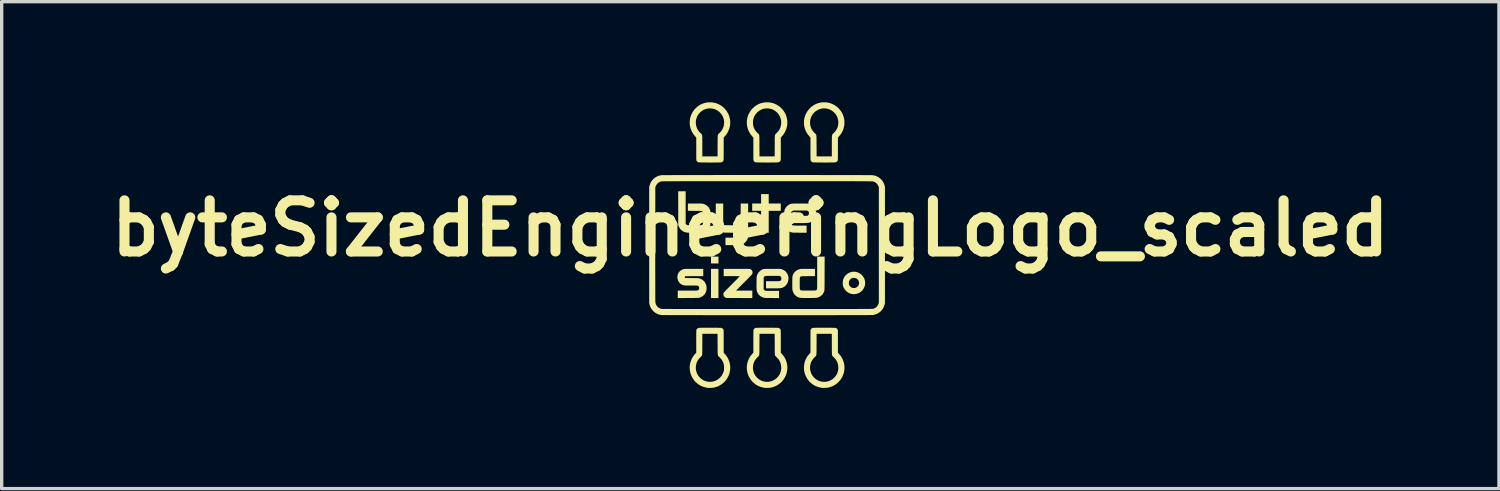
<source format=kicad_pcb>
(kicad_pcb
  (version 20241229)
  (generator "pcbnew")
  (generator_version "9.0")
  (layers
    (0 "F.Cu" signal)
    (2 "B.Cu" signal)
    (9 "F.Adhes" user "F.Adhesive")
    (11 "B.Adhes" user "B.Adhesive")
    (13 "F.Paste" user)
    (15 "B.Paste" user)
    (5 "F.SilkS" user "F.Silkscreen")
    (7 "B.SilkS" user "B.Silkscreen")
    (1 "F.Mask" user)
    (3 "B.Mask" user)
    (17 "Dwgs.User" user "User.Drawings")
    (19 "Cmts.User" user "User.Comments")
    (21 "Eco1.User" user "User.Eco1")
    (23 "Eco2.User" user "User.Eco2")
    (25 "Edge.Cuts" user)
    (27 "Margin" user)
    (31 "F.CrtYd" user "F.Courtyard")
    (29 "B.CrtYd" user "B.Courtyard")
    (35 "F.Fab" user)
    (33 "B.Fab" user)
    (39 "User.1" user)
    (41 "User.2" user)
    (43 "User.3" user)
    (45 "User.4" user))
  (footprint "byteSizedEngineeringLogo_scaled"
    (layer "F.Cu")
    (at 19.811 4.255)
    (property "Reference" "byteSizedEngineeringLogo_scaled" (at -0.5 -0.5 0) (layer "F.SilkS") (effects (font (size 1.524 1.524) (thickness 0.3))))
    (attr board_only exclude_from_pos_files exclude_from_bom)
    (fp_poly (pts (xy -1.449 0.547) (xy -1.671 0.547) (xy -1.671 0.342) (xy -1.449 0.342)) (stroke (width 0) (type solid)) (fill yes) (layer "F.SilkS"))
    (fp_poly (pts (xy -1.449 1.578) (xy -1.671 1.578) (xy -1.671 0.707) (xy -1.449 0.707)) (stroke (width 0) (type solid)) (fill yes) (layer "F.SilkS"))
    (fp_poly (pts (xy 0.049 -1.24) (xy 0.409 -1.24) (xy 0.409 -1.022) (xy 0.049 -1.022) (xy 0.049 -0.369) (xy -0.178 -0.369) (xy -0.178 -1.022) (xy -0.444 -1.022) (xy -0.444 -1.24) (xy -0.178 -1.24) (xy -0.178 -1.52) (xy 0.049 -1.52)) (stroke (width 0) (type solid)) (fill yes) (layer "F.SilkS"))
    (fp_poly (pts (xy -0.565 -0.737) (xy -0.567 -0.233) (xy -0.577 -0.202) (xy -0.592 -0.163) (xy -0.611 -0.13) (xy -0.634 -0.1) (xy -0.647 -0.086) (xy -0.666 -0.068) (xy -0.685 -0.054) (xy -0.706 -0.041) (xy -0.721 -0.034) (xy -0.736 -0.026) (xy -0.75 -0.02) (xy -0.763 -0.015) (xy -0.777 -0.011) (xy -0.792 -0.008) (xy -0.809 -0.005) (xy -0.829 -0.003) (xy -0.853 -0.002) (xy -0.882 -0.001) (xy -0.916 -0.00045) (xy -0.958 -0.000188) (xy -1.007 -0.000092) (xy -1.032 -0.000078) (xy -1.24 0) (xy -1.24 -0.222) (xy -1.034 -0.222) (xy -0.986 -0.222) (xy -0.946 -0.222) (xy -0.913 -0.222) (xy -0.887 -0.223) (xy -0.866 -0.223) (xy -0.85 -0.224) (xy -0.838 -0.225) (xy -0.83 -0.226) (xy -0.823 -0.227) (xy -0.819 -0.229) (xy -0.815 -0.231) (xy -0.815 -0.231) (xy -0.811 -0.233) (xy -0.807 -0.235) (xy -0.803 -0.238) (xy -0.8 -0.241) (xy -0.798 -0.245) (xy -0.795 -0.251) (xy -0.793 -0.26) (xy -0.792 -0.27) (xy -0.79 -0.285) (xy -0.789 -0.302) (xy -0.789 -0.324) (xy -0.788 -0.351) (xy -0.787 -0.382) (xy -0.787 -0.42) (xy -0.787 -0.463) (xy -0.787 -0.513) (xy -0.787 -0.571) (xy -0.787 -0.635) (xy -0.787 -0.708) (xy -0.787 -0.755) (xy -0.787 -1.24) (xy -0.564 -1.24)) (stroke (width 0) (type solid)) (fill yes) (layer "F.SilkS"))
    (fp_poly (pts (xy -1.307 -0.941) (xy -1.307 -0.88) (xy -1.307 -0.828) (xy -1.307 -0.783) (xy -1.306 -0.745) (xy -1.306 -0.713) (xy -1.305 -0.687) (xy -1.304 -0.667) (xy -1.303 -0.65) (xy -1.301 -0.637) (xy -1.299 -0.628) (xy -1.297 -0.62) (xy -1.293 -0.615) (xy -1.289 -0.611) (xy -1.285 -0.607) (xy -1.28 -0.603) (xy -1.279 -0.603) (xy -1.275 -0.6) (xy -1.272 -0.599) (xy -1.267 -0.597) (xy -1.26 -0.596) (xy -1.249 -0.595) (xy -1.236 -0.594) (xy -1.217 -0.594) (xy -1.194 -0.593) (xy -1.164 -0.593) (xy -1.127 -0.593) (xy -1.083 -0.592) (xy -1.06 -0.592) (xy -0.853 -0.591) (xy -0.853 -0.369) (xy -1.054 -0.369) (xy -1.097 -0.37) (xy -1.137 -0.37) (xy -1.174 -0.37) (xy -1.207 -0.371) (xy -1.235 -0.372) (xy -1.256 -0.372) (xy -1.271 -0.373) (xy -1.276 -0.373) (xy -1.329 -0.386) (xy -1.376 -0.406) (xy -1.418 -0.432) (xy -1.455 -0.465) (xy -1.485 -0.504) (xy -1.5 -0.531) (xy -1.506 -0.542) (xy -1.51 -0.552) (xy -1.514 -0.563) (xy -1.517 -0.574) (xy -1.52 -0.586) (xy -1.522 -0.601) (xy -1.524 -0.619) (xy -1.526 -0.64) (xy -1.527 -0.665) (xy -1.528 -0.696) (xy -1.528 -0.731) (xy -1.529 -0.773) (xy -1.529 -0.822) (xy -1.529 -0.879) (xy -1.529 -0.936) (xy -1.529 -1.24) (xy -1.307 -1.24)) (stroke (width 0) (type solid)) (fill yes) (layer "F.SilkS"))
    (fp_poly (pts (xy 2.631 0.795) (xy 2.684 0.807) (xy 2.733 0.826) (xy 2.776 0.852) (xy 2.815 0.883) (xy 2.849 0.919) (xy 2.877 0.96) (xy 2.899 1.004) (xy 2.914 1.05) (xy 2.922 1.099) (xy 2.923 1.149) (xy 2.915 1.199) (xy 2.9 1.249) (xy 2.893 1.265) (xy 2.867 1.312) (xy 2.835 1.354) (xy 2.796 1.39) (xy 2.753 1.419) (xy 2.706 1.441) (xy 2.655 1.455) (xy 2.602 1.462) (xy 2.587 1.462) (xy 2.564 1.461) (xy 2.542 1.459) (xy 2.522 1.456) (xy 2.518 1.456) (xy 2.467 1.44) (xy 2.419 1.416) (xy 2.376 1.386) (xy 2.338 1.35) (xy 2.306 1.309) (xy 2.285 1.271) (xy 2.268 1.23) (xy 2.258 1.19) (xy 2.254 1.147) (xy 2.255 1.123) (xy 2.436 1.123) (xy 2.438 1.156) (xy 2.442 1.176) (xy 2.455 1.205) (xy 2.475 1.231) (xy 2.5 1.253) (xy 2.528 1.27) (xy 2.54 1.274) (xy 2.567 1.279) (xy 2.597 1.279) (xy 2.627 1.275) (xy 2.643 1.271) (xy 2.661 1.262) (xy 2.678 1.251) (xy 2.696 1.233) (xy 2.711 1.218) (xy 2.721 1.205) (xy 2.727 1.192) (xy 2.733 1.174) (xy 2.734 1.173) (xy 2.741 1.138) (xy 2.74 1.105) (xy 2.73 1.072) (xy 2.724 1.059) (xy 2.705 1.03) (xy 2.681 1.006) (xy 2.653 0.989) (xy 2.622 0.979) (xy 2.59 0.975) (xy 2.557 0.978) (xy 2.525 0.988) (xy 2.496 1.005) (xy 2.47 1.029) (xy 2.467 1.032) (xy 2.451 1.058) (xy 2.441 1.089) (xy 2.436 1.123) (xy 2.255 1.123) (xy 2.255 1.113) (xy 2.257 1.077) (xy 2.263 1.046) (xy 2.271 1.018) (xy 2.283 0.989) (xy 2.289 0.977) (xy 2.316 0.932) (xy 2.35 0.892) (xy 2.389 0.858) (xy 2.433 0.831) (xy 2.48 0.81) (xy 2.529 0.797) (xy 2.58 0.792)) (stroke (width 0) (type solid)) (fill yes) (layer "F.SilkS"))
    (fp_poly (pts (xy -0.836 0.707) (xy -0.776 0.707) (xy -0.725 0.707) (xy -0.68 0.707) (xy -0.642 0.707) (xy -0.61 0.707) (xy -0.584 0.707) (xy -0.562 0.708) (xy -0.545 0.708) (xy -0.531 0.709) (xy -0.521 0.71) (xy -0.513 0.711) (xy -0.507 0.712) (xy -0.502 0.713) (xy -0.498 0.714) (xy -0.495 0.716) (xy -0.495 0.716) (xy -0.471 0.732) (xy -0.452 0.754) (xy -0.439 0.779) (xy -0.433 0.807) (xy -0.434 0.835) (xy -0.442 0.862) (xy -0.442 0.863) (xy -0.447 0.869) (xy -0.457 0.88) (xy -0.472 0.896) (xy -0.492 0.917) (xy -0.517 0.943) (xy -0.545 0.972) (xy -0.576 1.004) (xy -0.611 1.039) (xy -0.647 1.075) (xy -0.685 1.114) (xy -0.688 1.117) (xy -0.927 1.356) (xy -0.44 1.356) (xy -0.44 1.578) (xy -0.823 1.577) (xy -0.883 1.577) (xy -0.94 1.577) (xy -0.993 1.577) (xy -1.043 1.576) (xy -1.088 1.576) (xy -1.127 1.576) (xy -1.16 1.575) (xy -1.187 1.575) (xy -1.206 1.574) (xy -1.218 1.573) (xy -1.221 1.573) (xy -1.247 1.561) (xy -1.27 1.543) (xy -1.287 1.52) (xy -1.298 1.493) (xy -1.303 1.465) (xy -1.3 1.437) (xy -1.295 1.423) (xy -1.291 1.417) (xy -1.282 1.406) (xy -1.267 1.389) (xy -1.246 1.367) (xy -1.22 1.34) (xy -1.188 1.307) (xy -1.15 1.269) (xy -1.106 1.224) (xy -1.056 1.174) (xy -1.051 1.169) (xy -1.013 1.131) (xy -0.977 1.094) (xy -0.943 1.06) (xy -0.912 1.029) (xy -0.884 1.001) (xy -0.861 0.977) (xy -0.841 0.957) (xy -0.826 0.942) (xy -0.817 0.932) (xy -0.813 0.928) (xy -0.813 0.928) (xy -0.818 0.927) (xy -0.83 0.927) (xy -0.85 0.926) (xy -0.876 0.926) (xy -0.908 0.925) (xy -0.944 0.925) (xy -0.985 0.925) (xy -1.029 0.924) (xy -1.053 0.924) (xy -1.293 0.924) (xy -1.293 0.707) (xy -0.904 0.707)) (stroke (width 0) (type solid)) (fill yes) (layer "F.SilkS"))
    (fp_poly (pts (xy -1.902 0.924) (xy -2.163 0.925) (xy -2.211 0.925) (xy -2.256 0.925) (xy -2.298 0.926) (xy -2.336 0.926) (xy -2.369 0.926) (xy -2.396 0.927) (xy -2.417 0.927) (xy -2.431 0.928) (xy -2.436 0.928) (xy -2.446 0.936) (xy -2.452 0.948) (xy -2.452 0.963) (xy -2.451 0.968) (xy -2.446 0.98) (xy -2.244 0.983) (xy -2.195 0.983) (xy -2.154 0.984) (xy -2.12 0.985) (xy -2.092 0.985) (xy -2.07 0.986) (xy -2.052 0.987) (xy -2.038 0.989) (xy -2.028 0.99) (xy -2.019 0.992) (xy -2.016 0.993) (xy -1.969 1.01) (xy -1.927 1.034) (xy -1.89 1.064) (xy -1.859 1.1) (xy -1.837 1.138) (xy -1.82 1.176) (xy -1.81 1.212) (xy -1.804 1.248) (xy -1.803 1.284) (xy -1.805 1.325) (xy -1.811 1.36) (xy -1.822 1.394) (xy -1.834 1.422) (xy -1.855 1.457) (xy -1.883 1.489) (xy -1.917 1.517) (xy -1.953 1.54) (xy -1.956 1.541) (xy -1.968 1.547) (xy -1.98 1.553) (xy -1.99 1.558) (xy -2.001 1.562) (xy -2.012 1.565) (xy -2.024 1.568) (xy -2.039 1.57) (xy -2.056 1.572) (xy -2.076 1.573) (xy -2.101 1.574) (xy -2.131 1.575) (xy -2.166 1.575) (xy -2.207 1.576) (xy -2.256 1.576) (xy -2.312 1.576) (xy -2.354 1.577) (xy -2.662 1.578) (xy -2.662 1.356) (xy -2.37 1.355) (xy -2.312 1.355) (xy -2.262 1.355) (xy -2.219 1.355) (xy -2.184 1.355) (xy -2.154 1.355) (xy -2.13 1.354) (xy -2.111 1.354) (xy -2.096 1.353) (xy -2.085 1.353) (xy -2.076 1.352) (xy -2.07 1.35) (xy -2.065 1.349) (xy -2.06 1.347) (xy -2.059 1.347) (xy -2.042 1.335) (xy -2.03 1.317) (xy -2.024 1.297) (xy -2.023 1.275) (xy -2.027 1.253) (xy -2.036 1.234) (xy -2.05 1.218) (xy -2.062 1.212) (xy -2.068 1.21) (xy -2.075 1.208) (xy -2.085 1.207) (xy -2.098 1.206) (xy -2.115 1.206) (xy -2.138 1.205) (xy -2.166 1.205) (xy -2.201 1.205) (xy -2.244 1.204) (xy -2.268 1.204) (xy -2.315 1.204) (xy -2.353 1.204) (xy -2.385 1.204) (xy -2.41 1.204) (xy -2.43 1.203) (xy -2.447 1.202) (xy -2.46 1.201) (xy -2.47 1.2) (xy -2.48 1.198) (xy -2.489 1.196) (xy -2.491 1.196) (xy -2.533 1.181) (xy -2.571 1.159) (xy -2.603 1.131) (xy -2.629 1.099) (xy -2.65 1.062) (xy -2.664 1.023) (xy -2.672 0.982) (xy -2.673 0.939) (xy -2.667 0.897) (xy -2.653 0.855) (xy -2.631 0.814) (xy -2.63 0.813) (xy -2.602 0.779) (xy -2.568 0.751) (xy -2.527 0.729) (xy -2.489 0.716) (xy -2.482 0.714) (xy -2.475 0.712) (xy -2.467 0.711) (xy -2.458 0.71) (xy -2.446 0.709) (xy -2.431 0.708) (xy -2.413 0.708) (xy -2.391 0.707) (xy -2.363 0.707) (xy -2.329 0.707) (xy -2.289 0.707) (xy -2.241 0.707) (xy -2.185 0.707) (xy -1.902 0.707)) (stroke (width 0) (type solid)) (fill yes) (layer "F.SilkS"))
    (fp_poly (pts (xy -2.427 -0.641) (xy -2.417 -0.627) (xy -2.407 -0.614) (xy -2.395 -0.603) (xy -2.394 -0.603) (xy -2.391 -0.6) (xy -2.387 -0.599) (xy -2.382 -0.597) (xy -2.375 -0.596) (xy -2.366 -0.595) (xy -2.352 -0.594) (xy -2.334 -0.594) (xy -2.311 -0.593) (xy -2.282 -0.593) (xy -2.246 -0.593) (xy -2.202 -0.592) (xy -2.173 -0.592) (xy -2.124 -0.592) (xy -2.084 -0.592) (xy -2.05 -0.592) (xy -2.023 -0.592) (xy -2.002 -0.592) (xy -1.985 -0.593) (xy -1.973 -0.593) (xy -1.963 -0.594) (xy -1.956 -0.595) (xy -1.951 -0.597) (xy -1.946 -0.599) (xy -1.945 -0.599) (xy -1.93 -0.608) (xy -1.92 -0.62) (xy -1.916 -0.628) (xy -1.914 -0.633) (xy -1.912 -0.639) (xy -1.91 -0.645) (xy -1.909 -0.654) (xy -1.908 -0.665) (xy -1.907 -0.68) (xy -1.907 -0.7) (xy -1.907 -0.725) (xy -1.907 -0.758) (xy -1.908 -0.798) (xy -1.908 -0.813) (xy -1.908 -0.855) (xy -1.908 -0.89) (xy -1.909 -0.917) (xy -1.909 -0.939) (xy -1.91 -0.955) (xy -1.911 -0.967) (xy -1.912 -0.975) (xy -1.914 -0.981) (xy -1.915 -0.985) (xy -1.918 -0.989) (xy -1.918 -0.99) (xy -1.929 -1.001) (xy -1.942 -1.01) (xy -1.943 -1.011) (xy -1.947 -1.013) (xy -1.951 -1.015) (xy -1.957 -1.016) (xy -1.965 -1.018) (xy -1.977 -1.019) (xy -1.992 -1.019) (xy -2.012 -1.02) (xy -2.037 -1.02) (xy -2.069 -1.021) (xy -2.108 -1.021) (xy -2.155 -1.021) (xy -2.159 -1.021) (xy -2.36 -1.023) (xy -2.36 -1.24) (xy -2.15 -1.24) (xy -2.1 -1.24) (xy -2.059 -1.24) (xy -2.025 -1.24) (xy -1.997 -1.239) (xy -1.975 -1.239) (xy -1.957 -1.238) (xy -1.943 -1.237) (xy -1.931 -1.236) (xy -1.921 -1.235) (xy -1.913 -1.233) (xy -1.905 -1.231) (xy -1.858 -1.215) (xy -1.814 -1.191) (xy -1.775 -1.162) (xy -1.767 -1.153) (xy -1.74 -1.124) (xy -1.72 -1.092) (xy -1.704 -1.056) (xy -1.697 -1.036) (xy -1.695 -1.027) (xy -1.692 -1.019) (xy -1.691 -1.011) (xy -1.689 -1.002) (xy -1.688 -0.99) (xy -1.688 -0.975) (xy -1.687 -0.955) (xy -1.687 -0.931) (xy -1.687 -0.901) (xy -1.687 -0.864) (xy -1.687 -0.819) (xy -1.687 -0.811) (xy -1.687 -0.762) (xy -1.687 -0.72) (xy -1.687 -0.685) (xy -1.688 -0.656) (xy -1.689 -0.633) (xy -1.691 -0.613) (xy -1.693 -0.596) (xy -1.697 -0.582) (xy -1.701 -0.568) (xy -1.706 -0.555) (xy -1.713 -0.541) (xy -1.72 -0.526) (xy -1.745 -0.484) (xy -1.777 -0.448) (xy -1.816 -0.417) (xy -1.86 -0.394) (xy -1.887 -0.383) (xy -1.922 -0.371) (xy -2.149 -0.371) (xy -2.194 -0.37) (xy -2.236 -0.37) (xy -2.276 -0.371) (xy -2.312 -0.371) (xy -2.342 -0.371) (xy -2.367 -0.372) (xy -2.385 -0.372) (xy -2.395 -0.373) (xy -2.396 -0.373) (xy -2.45 -0.387) (xy -2.498 -0.407) (xy -2.54 -0.435) (xy -2.561 -0.453) (xy -2.589 -0.482) (xy -2.61 -0.514) (xy -2.628 -0.55) (xy -2.634 -0.567) (xy -2.647 -0.602) (xy -2.648 -1.103) (xy -2.649 -1.604) (xy -2.427 -1.604)) (stroke (width 0) (type solid)) (fill yes) (layer "F.SilkS"))
    (fp_poly (pts (xy 1.032 -1.24) (xy 1.075 -1.24) (xy 1.112 -1.24) (xy 1.142 -1.239) (xy 1.166 -1.239) (xy 1.186 -1.238) (xy 1.201 -1.238) (xy 1.214 -1.237) (xy 1.224 -1.235) (xy 1.233 -1.234) (xy 1.241 -1.232) (xy 1.244 -1.231) (xy 1.29 -1.216) (xy 1.329 -1.196) (xy 1.365 -1.169) (xy 1.378 -1.156) (xy 1.41 -1.118) (xy 1.435 -1.076) (xy 1.451 -1.031) (xy 1.46 -0.983) (xy 1.46 -0.933) (xy 1.453 -0.882) (xy 1.442 -0.848) (xy 1.423 -0.804) (xy 1.397 -0.765) (xy 1.364 -0.73) (xy 1.327 -0.702) (xy 1.286 -0.68) (xy 1.274 -0.676) (xy 1.261 -0.672) (xy 1.247 -0.668) (xy 1.232 -0.665) (xy 1.214 -0.663) (xy 1.192 -0.661) (xy 1.167 -0.66) (xy 1.136 -0.659) (xy 1.1 -0.658) (xy 1.056 -0.658) (xy 1.005 -0.658) (xy 0.986 -0.658) (xy 0.791 -0.658) (xy 0.791 -0.871) (xy 0.991 -0.871) (xy 1.041 -0.871) (xy 1.083 -0.871) (xy 1.117 -0.871) (xy 1.145 -0.872) (xy 1.168 -0.873) (xy 1.185 -0.874) (xy 1.199 -0.876) (xy 1.209 -0.879) (xy 1.216 -0.882) (xy 1.222 -0.887) (xy 1.227 -0.892) (xy 1.232 -0.898) (xy 1.234 -0.9) (xy 1.24 -0.91) (xy 1.244 -0.919) (xy 1.246 -0.93) (xy 1.247 -0.947) (xy 1.247 -0.952) (xy 1.245 -0.975) (xy 1.241 -0.993) (xy 1.231 -1.006) (xy 1.216 -1.017) (xy 1.209 -1.021) (xy 1.204 -1.023) (xy 1.199 -1.025) (xy 1.194 -1.027) (xy 1.186 -1.028) (xy 1.177 -1.029) (xy 1.163 -1.03) (xy 1.146 -1.03) (xy 1.124 -1.031) (xy 1.096 -1.031) (xy 1.061 -1.031) (xy 1.018 -1.031) (xy 0.985 -1.031) (xy 0.936 -1.031) (xy 0.896 -1.031) (xy 0.863 -1.031) (xy 0.837 -1.03) (xy 0.816 -1.03) (xy 0.799 -1.029) (xy 0.787 -1.028) (xy 0.778 -1.027) (xy 0.771 -1.026) (xy 0.766 -1.024) (xy 0.762 -1.023) (xy 0.748 -1.014) (xy 0.735 -1.002) (xy 0.733 -0.999) (xy 0.722 -0.984) (xy 0.721 -0.809) (xy 0.72 -0.633) (xy 0.73 -0.618) (xy 0.74 -0.606) (xy 0.754 -0.595) (xy 0.76 -0.592) (xy 0.765 -0.59) (xy 0.77 -0.588) (xy 0.775 -0.586) (xy 0.783 -0.585) (xy 0.793 -0.584) (xy 0.806 -0.583) (xy 0.824 -0.583) (xy 0.847 -0.583) (xy 0.875 -0.582) (xy 0.911 -0.582) (xy 0.954 -0.582) (xy 1.178 -0.582) (xy 1.178 -0.369) (xy 0.979 -0.369) (xy 0.937 -0.37) (xy 0.897 -0.37) (xy 0.86 -0.37) (xy 0.827 -0.371) (xy 0.799 -0.371) (xy 0.777 -0.372) (xy 0.763 -0.373) (xy 0.758 -0.373) (xy 0.707 -0.385) (xy 0.661 -0.403) (xy 0.62 -0.429) (xy 0.584 -0.46) (xy 0.555 -0.497) (xy 0.532 -0.538) (xy 0.516 -0.584) (xy 0.513 -0.599) (xy 0.511 -0.61) (xy 0.51 -0.622) (xy 0.509 -0.637) (xy 0.508 -0.656) (xy 0.507 -0.678) (xy 0.507 -0.707) (xy 0.507 -0.741) (xy 0.508 -0.783) (xy 0.508 -0.819) (xy 0.508 -0.867) (xy 0.509 -0.907) (xy 0.509 -0.94) (xy 0.51 -0.967) (xy 0.512 -0.99) (xy 0.514 -1.008) (xy 0.516 -1.024) (xy 0.52 -1.038) (xy 0.524 -1.051) (xy 0.529 -1.064) (xy 0.536 -1.078) (xy 0.541 -1.089) (xy 0.558 -1.118) (xy 0.581 -1.147) (xy 0.609 -1.174) (xy 0.638 -1.197) (xy 0.66 -1.21) (xy 0.673 -1.216) (xy 0.684 -1.222) (xy 0.695 -1.226) (xy 0.707 -1.23) (xy 0.72 -1.233) (xy 0.735 -1.235) (xy 0.754 -1.237) (xy 0.776 -1.238) (xy 0.804 -1.239) (xy 0.837 -1.239) (xy 0.876 -1.24) (xy 0.922 -1.24) (xy 0.977 -1.24) (xy 0.98 -1.24)) (stroke (width 0) (type solid)) (fill yes) (layer "F.SilkS"))
    (fp_poly (pts (xy 0.209 0.707) (xy 0.253 0.707) (xy 0.29 0.707) (xy 0.32 0.707) (xy 0.344 0.708) (xy 0.363 0.708) (xy 0.379 0.709) (xy 0.392 0.71) (xy 0.402 0.711) (xy 0.41 0.713) (xy 0.418 0.714) (xy 0.422 0.715) (xy 0.467 0.73) (xy 0.507 0.751) (xy 0.543 0.778) (xy 0.556 0.791) (xy 0.588 0.829) (xy 0.612 0.871) (xy 0.629 0.916) (xy 0.638 0.964) (xy 0.638 1.014) (xy 0.63 1.064) (xy 0.62 1.099) (xy 0.601 1.142) (xy 0.574 1.182) (xy 0.542 1.217) (xy 0.505 1.245) (xy 0.464 1.266) (xy 0.451 1.271) (xy 0.438 1.275) (xy 0.425 1.279) (xy 0.409 1.281) (xy 0.391 1.284) (xy 0.37 1.285) (xy 0.345 1.287) (xy 0.314 1.288) (xy 0.277 1.288) (xy 0.234 1.289) (xy 0.183 1.289) (xy 0.164 1.289) (xy -0.031 1.289) (xy -0.031 1.076) (xy 0.169 1.076) (xy 0.219 1.076) (xy 0.261 1.075) (xy 0.295 1.075) (xy 0.323 1.075) (xy 0.346 1.074) (xy 0.363 1.072) (xy 0.376 1.07) (xy 0.386 1.068) (xy 0.394 1.064) (xy 0.4 1.06) (xy 0.405 1.055) (xy 0.41 1.049) (xy 0.412 1.046) (xy 0.418 1.037) (xy 0.422 1.028) (xy 0.424 1.016) (xy 0.424 1) (xy 0.424 0.995) (xy 0.423 0.971) (xy 0.418 0.954) (xy 0.409 0.941) (xy 0.394 0.93) (xy 0.387 0.926) (xy 0.382 0.923) (xy 0.377 0.921) (xy 0.371 0.92) (xy 0.364 0.918) (xy 0.354 0.917) (xy 0.341 0.917) (xy 0.324 0.916) (xy 0.302 0.916) (xy 0.273 0.916) (xy 0.239 0.916) (xy 0.196 0.916) (xy 0.162 0.916) (xy 0.114 0.916) (xy 0.074 0.916) (xy 0.041 0.916) (xy 0.014 0.916) (xy -0.007 0.917) (xy -0.023 0.917) (xy -0.035 0.918) (xy -0.044 0.919) (xy -0.051 0.921) (xy -0.056 0.922) (xy -0.06 0.924) (xy -0.075 0.933) (xy -0.087 0.944) (xy -0.089 0.947) (xy -0.1 0.962) (xy -0.101 1.138) (xy -0.103 1.314) (xy -0.092 1.329) (xy -0.082 1.341) (xy -0.068 1.351) (xy -0.062 1.354) (xy -0.058 1.357) (xy -0.053 1.359) (xy -0.047 1.36) (xy -0.039 1.362) (xy -0.029 1.363) (xy -0.016 1.363) (xy 0.002 1.364) (xy 0.024 1.364) (xy 0.053 1.364) (xy 0.089 1.364) (xy 0.132 1.364) (xy 0.156 1.364) (xy 0.356 1.364) (xy 0.356 1.578) (xy 0.154 1.577) (xy 0.112 1.577) (xy 0.072 1.577) (xy 0.035 1.576) (xy 0.002 1.576) (xy -0.026 1.575) (xy -0.047 1.574) (xy -0.062 1.574) (xy -0.067 1.573) (xy -0.119 1.56) (xy -0.166 1.541) (xy -0.208 1.514) (xy -0.243 1.481) (xy -0.273 1.441) (xy -0.29 1.411) (xy -0.296 1.397) (xy -0.301 1.384) (xy -0.305 1.369) (xy -0.308 1.354) (xy -0.311 1.335) (xy -0.313 1.314) (xy -0.314 1.287) (xy -0.315 1.256) (xy -0.315 1.218) (xy -0.315 1.174) (xy -0.314 1.128) (xy -0.314 1.08) (xy -0.313 1.04) (xy -0.313 1.007) (xy -0.312 0.979) (xy -0.31 0.957) (xy -0.308 0.938) (xy -0.306 0.923) (xy -0.302 0.909) (xy -0.298 0.896) (xy -0.293 0.883) (xy -0.286 0.868) (xy -0.281 0.858) (xy -0.264 0.829) (xy -0.241 0.8) (xy -0.213 0.773) (xy -0.184 0.75) (xy -0.162 0.737) (xy -0.15 0.73) (xy -0.138 0.725) (xy -0.127 0.721) (xy -0.116 0.717) (xy -0.102 0.714) (xy -0.087 0.712) (xy -0.068 0.71) (xy -0.046 0.709) (xy -0.019 0.708) (xy 0.014 0.707) (xy 0.054 0.707) (xy 0.1 0.707) (xy 0.154 0.707) (xy 0.158 0.707)) (stroke (width 0) (type solid)) (fill yes) (layer "F.SilkS"))
    (fp_poly (pts (xy 1.714 0.841) (xy 1.714 0.92) (xy 1.714 0.99) (xy 1.714 1.052) (xy 1.714 1.107) (xy 1.713 1.155) (xy 1.713 1.197) (xy 1.713 1.233) (xy 1.712 1.264) (xy 1.711 1.29) (xy 1.71 1.312) (xy 1.709 1.331) (xy 1.708 1.346) (xy 1.706 1.359) (xy 1.704 1.369) (xy 1.701 1.379) (xy 1.698 1.387) (xy 1.695 1.395) (xy 1.692 1.402) (xy 1.687 1.411) (xy 1.683 1.42) (xy 1.682 1.421) (xy 1.662 1.456) (xy 1.634 1.488) (xy 1.601 1.516) (xy 1.565 1.539) (xy 1.56 1.541) (xy 1.545 1.548) (xy 1.532 1.555) (xy 1.52 1.56) (xy 1.507 1.564) (xy 1.494 1.567) (xy 1.48 1.57) (xy 1.463 1.572) (xy 1.442 1.573) (xy 1.417 1.574) (xy 1.387 1.575) (xy 1.35 1.575) (xy 1.307 1.576) (xy 1.256 1.576) (xy 1.244 1.576) (xy 1.2 1.576) (xy 1.157 1.576) (xy 1.118 1.576) (xy 1.082 1.576) (xy 1.051 1.575) (xy 1.027 1.575) (xy 1.009 1.574) (xy 0.999 1.574) (xy 0.998 1.573) (xy 0.966 1.567) (xy 0.938 1.558) (xy 0.909 1.545) (xy 0.902 1.542) (xy 0.863 1.516) (xy 0.828 1.484) (xy 0.799 1.445) (xy 0.776 1.401) (xy 0.76 1.352) (xy 0.76 1.35) (xy 0.758 1.34) (xy 0.756 1.33) (xy 0.754 1.319) (xy 0.753 1.306) (xy 0.752 1.289) (xy 0.752 1.269) (xy 0.751 1.243) (xy 0.751 1.212) (xy 0.751 1.173) (xy 0.751 1.139) (xy 0.751 1.092) (xy 0.751 1.053) (xy 0.752 1.021) (xy 0.752 0.996) (xy 0.753 0.975) (xy 0.754 0.958) (xy 0.756 0.945) (xy 0.757 0.934) (xy 0.758 0.93) (xy 0.772 0.884) (xy 0.794 0.841) (xy 0.822 0.803) (xy 0.857 0.771) (xy 0.898 0.744) (xy 0.943 0.724) (xy 0.971 0.716) (xy 0.979 0.713) (xy 0.988 0.712) (xy 0.998 0.71) (xy 1.01 0.709) (xy 1.024 0.708) (xy 1.042 0.708) (xy 1.065 0.707) (xy 1.093 0.707) (xy 1.127 0.707) (xy 1.169 0.707) (xy 1.216 0.707) (xy 1.427 0.707) (xy 1.427 0.924) (xy 1.223 0.925) (xy 1.173 0.926) (xy 1.131 0.926) (xy 1.096 0.927) (xy 1.068 0.927) (xy 1.046 0.928) (xy 1.028 0.93) (xy 1.015 0.932) (xy 1.005 0.935) (xy 0.998 0.938) (xy 0.992 0.942) (xy 0.988 0.948) (xy 0.984 0.954) (xy 0.982 0.957) (xy 0.98 0.961) (xy 0.978 0.966) (xy 0.977 0.972) (xy 0.975 0.981) (xy 0.975 0.993) (xy 0.974 1.01) (xy 0.974 1.032) (xy 0.973 1.06) (xy 0.973 1.095) (xy 0.973 1.138) (xy 0.973 1.14) (xy 0.973 1.183) (xy 0.973 1.219) (xy 0.974 1.247) (xy 0.974 1.269) (xy 0.975 1.286) (xy 0.975 1.299) (xy 0.977 1.308) (xy 0.978 1.314) (xy 0.98 1.319) (xy 0.982 1.323) (xy 0.982 1.323) (xy 0.986 1.33) (xy 0.99 1.335) (xy 0.994 1.34) (xy 0.999 1.344) (xy 1.007 1.347) (xy 1.017 1.349) (xy 1.031 1.351) (xy 1.049 1.352) (xy 1.072 1.353) (xy 1.1 1.353) (xy 1.136 1.353) (xy 1.178 1.353) (xy 1.229 1.353) (xy 1.234 1.353) (xy 1.284 1.353) (xy 1.325 1.353) (xy 1.36 1.353) (xy 1.387 1.353) (xy 1.409 1.353) (xy 1.426 1.352) (xy 1.439 1.351) (xy 1.448 1.35) (xy 1.454 1.349) (xy 1.459 1.348) (xy 1.462 1.346) (xy 1.465 1.344) (xy 1.476 1.334) (xy 1.485 1.321) (xy 1.486 1.32) (xy 1.487 1.317) (xy 1.488 1.313) (xy 1.489 1.308) (xy 1.49 1.301) (xy 1.49 1.291) (xy 1.491 1.279) (xy 1.492 1.263) (xy 1.492 1.243) (xy 1.492 1.219) (xy 1.493 1.19) (xy 1.493 1.155) (xy 1.493 1.115) (xy 1.493 1.068) (xy 1.493 1.013) (xy 1.493 0.952) (xy 1.493 0.882) (xy 1.493 0.823) (xy 1.493 0.342) (xy 1.716 0.342)) (stroke (width 0) (type solid)) (fill yes) (layer "F.SilkS"))
    (fp_poly (pts (xy -1.675 -4.255) (xy -1.638 -4.253) (xy -1.606 -4.25) (xy -1.59 -4.247) (xy -1.519 -4.229) (xy -1.451 -4.202) (xy -1.388 -4.169) (xy -1.329 -4.128) (xy -1.276 -4.08) (xy -1.228 -4.027) (xy -1.187 -3.967) (xy -1.152 -3.903) (xy -1.146 -3.889) (xy -1.122 -3.822) (xy -1.106 -3.753) (xy -1.098 -3.683) (xy -1.099 -3.613) (xy -1.108 -3.544) (xy -1.125 -3.476) (xy -1.15 -3.41) (xy -1.182 -3.346) (xy -1.223 -3.286) (xy -1.266 -3.235) (xy -1.293 -3.206) (xy -1.293 -2.869) (xy -1.293 -2.807) (xy -1.293 -2.752) (xy -1.293 -2.705) (xy -1.294 -2.666) (xy -1.294 -2.632) (xy -1.294 -2.605) (xy -1.294 -2.582) (xy -1.295 -2.564) (xy -1.296 -2.55) (xy -1.296 -2.54) (xy -1.297 -2.532) (xy -1.298 -2.526) (xy -1.3 -2.521) (xy -1.301 -2.518) (xy -1.302 -2.516) (xy -1.317 -2.495) (xy -1.337 -2.478) (xy -1.36 -2.468) (xy -1.363 -2.467) (xy -1.371 -2.466) (xy -1.387 -2.465) (xy -1.411 -2.464) (xy -1.44 -2.464) (xy -1.475 -2.463) (xy -1.515 -2.463) (xy -1.557 -2.463) (xy -1.603 -2.462) (xy -1.651 -2.462) (xy -1.699 -2.462) (xy -1.748 -2.462) (xy -1.795 -2.463) (xy -1.841 -2.463) (xy -1.885 -2.463) (xy -1.925 -2.464) (xy -1.961 -2.464) (xy -1.992 -2.465) (xy -2.016 -2.466) (xy -2.034 -2.467) (xy -2.044 -2.468) (xy -2.046 -2.468) (xy -2.069 -2.479) (xy -2.089 -2.497) (xy -2.102 -2.516) (xy -2.104 -2.519) (xy -2.105 -2.523) (xy -2.107 -2.528) (xy -2.108 -2.534) (xy -2.108 -2.543) (xy -2.109 -2.555) (xy -2.11 -2.57) (xy -2.11 -2.59) (xy -2.111 -2.614) (xy -2.111 -2.643) (xy -2.111 -2.679) (xy -2.111 -2.721) (xy -2.111 -2.77) (xy -2.111 -2.827) (xy -2.111 -2.869) (xy -2.111 -3.206) (xy -2.138 -3.235) (xy -2.186 -3.292) (xy -2.226 -3.353) (xy -2.259 -3.419) (xy -2.283 -3.487) (xy -2.299 -3.558) (xy -2.3 -3.564) (xy -2.307 -3.635) (xy -2.305 -3.672) (xy -2.124 -3.672) (xy -2.123 -3.631) (xy -2.116 -3.57) (xy -2.101 -3.513) (xy -2.078 -3.459) (xy -2.047 -3.409) (xy -2.007 -3.361) (xy -1.986 -3.341) (xy -1.976 -3.331) (xy -1.967 -3.323) (xy -1.959 -3.316) (xy -1.953 -3.309) (xy -1.947 -3.302) (xy -1.943 -3.293) (xy -1.939 -3.282) (xy -1.936 -3.269) (xy -1.934 -3.253) (xy -1.933 -3.232) (xy -1.932 -3.208) (xy -1.931 -3.178) (xy -1.931 -3.142) (xy -1.93 -3.1) (xy -1.93 -3.05) (xy -1.93 -2.993) (xy -1.93 -2.959) (xy -1.929 -2.644) (xy -1.476 -2.644) (xy -1.475 -2.959) (xy -1.474 -3.021) (xy -1.474 -3.074) (xy -1.474 -3.12) (xy -1.474 -3.16) (xy -1.473 -3.193) (xy -1.472 -3.22) (xy -1.471 -3.243) (xy -1.469 -3.261) (xy -1.467 -3.276) (xy -1.464 -3.287) (xy -1.46 -3.297) (xy -1.455 -3.305) (xy -1.449 -3.312) (xy -1.442 -3.319) (xy -1.433 -3.327) (xy -1.424 -3.335) (xy -1.418 -3.341) (xy -1.375 -3.387) (xy -1.34 -3.436) (xy -1.313 -3.488) (xy -1.294 -3.543) (xy -1.284 -3.603) (xy -1.281 -3.631) (xy -1.281 -3.675) (xy -1.284 -3.714) (xy -1.292 -3.753) (xy -1.304 -3.792) (xy -1.324 -3.842) (xy -1.35 -3.886) (xy -1.383 -3.928) (xy -1.402 -3.949) (xy -1.447 -3.989) (xy -1.495 -4.021) (xy -1.546 -4.046) (xy -1.554 -4.049) (xy -1.614 -4.066) (xy -1.674 -4.074) (xy -1.733 -4.074) (xy -1.791 -4.066) (xy -1.848 -4.05) (xy -1.902 -4.025) (xy -1.952 -3.993) (xy -1.999 -3.953) (xy -2.002 -3.949) (xy -2.039 -3.908) (xy -2.068 -3.865) (xy -2.091 -3.818) (xy -2.1 -3.792) (xy -2.113 -3.75) (xy -2.121 -3.712) (xy -2.124 -3.672) (xy -2.305 -3.672) (xy -2.304 -3.706) (xy -2.294 -3.775) (xy -2.276 -3.842) (xy -2.25 -3.906) (xy -2.217 -3.967) (xy -2.178 -4.025) (xy -2.132 -4.077) (xy -2.08 -4.125) (xy -2.022 -4.166) (xy -1.971 -4.195) (xy -1.943 -4.207) (xy -1.91 -4.22) (xy -1.875 -4.232) (xy -1.84 -4.241) (xy -1.814 -4.247) (xy -1.786 -4.252) (xy -1.752 -4.254) (xy -1.714 -4.255)) (stroke (width 0) (type solid)) (fill yes) (layer "F.SilkS"))
    (fp_poly (pts (xy -1.656 2.462) (xy -1.609 2.462) (xy -1.563 2.462) (xy -1.519 2.463) (xy -1.479 2.463) (xy -1.444 2.464) (xy -1.414 2.464) (xy -1.389 2.465) (xy -1.372 2.466) (xy -1.363 2.467) (xy -1.363 2.467) (xy -1.34 2.477) (xy -1.319 2.493) (xy -1.303 2.514) (xy -1.302 2.516) (xy -1.3 2.519) (xy -1.299 2.523) (xy -1.298 2.528) (xy -1.297 2.535) (xy -1.296 2.544) (xy -1.295 2.556) (xy -1.295 2.571) (xy -1.294 2.591) (xy -1.294 2.616) (xy -1.294 2.645) (xy -1.294 2.681) (xy -1.293 2.724) (xy -1.293 2.774) (xy -1.293 2.832) (xy -1.293 2.869) (xy -1.293 3.206) (xy -1.266 3.235) (xy -1.218 3.292) (xy -1.178 3.353) (xy -1.146 3.419) (xy -1.121 3.487) (xy -1.105 3.558) (xy -1.104 3.564) (xy -1.098 3.635) (xy -1.1 3.705) (xy -1.11 3.773) (xy -1.128 3.839) (xy -1.153 3.903) (xy -1.184 3.963) (xy -1.223 4.019) (xy -1.267 4.071) (xy -1.317 4.117) (xy -1.371 4.158) (xy -1.431 4.193) (xy -1.495 4.221) (xy -1.563 4.241) (xy -1.588 4.247) (xy -1.606 4.25) (xy -1.631 4.252) (xy -1.659 4.254) (xy -1.688 4.255) (xy -1.716 4.256) (xy -1.741 4.256) (xy -1.76 4.255) (xy -1.764 4.255) (xy -1.838 4.241) (xy -1.909 4.22) (xy -1.975 4.192) (xy -2.037 4.156) (xy -2.094 4.113) (xy -2.145 4.064) (xy -2.164 4.042) (xy -2.208 3.982) (xy -2.244 3.919) (xy -2.272 3.854) (xy -2.291 3.787) (xy -2.303 3.719) (xy -2.305 3.675) (xy -2.124 3.675) (xy -2.12 3.714) (xy -2.112 3.753) (xy -2.1 3.792) (xy -2.08 3.842) (xy -2.054 3.886) (xy -2.022 3.928) (xy -2.002 3.949) (xy -1.956 3.99) (xy -1.906 4.023) (xy -1.852 4.048) (xy -1.795 4.065) (xy -1.736 4.074) (xy -1.676 4.074) (xy -1.63 4.069) (xy -1.571 4.054) (xy -1.516 4.032) (xy -1.465 4.002) (xy -1.418 3.964) (xy -1.402 3.949) (xy -1.366 3.908) (xy -1.337 3.865) (xy -1.314 3.818) (xy -1.304 3.792) (xy -1.291 3.75) (xy -1.284 3.712) (xy -1.281 3.672) (xy -1.281 3.631) (xy -1.288 3.57) (xy -1.303 3.513) (xy -1.326 3.459) (xy -1.358 3.409) (xy -1.397 3.361) (xy -1.418 3.341) (xy -1.428 3.331) (xy -1.437 3.323) (xy -1.445 3.316) (xy -1.452 3.309) (xy -1.457 3.302) (xy -1.462 3.293) (xy -1.465 3.282) (xy -1.468 3.269) (xy -1.47 3.253) (xy -1.472 3.232) (xy -1.473 3.208) (xy -1.474 3.178) (xy -1.474 3.142) (xy -1.474 3.1) (xy -1.474 3.05) (xy -1.474 2.993) (xy -1.475 2.959) (xy -1.476 2.644) (xy -1.929 2.644) (xy -1.93 2.959) (xy -1.93 3.021) (xy -1.93 3.074) (xy -1.93 3.12) (xy -1.931 3.16) (xy -1.931 3.193) (xy -1.932 3.22) (xy -1.933 3.243) (xy -1.935 3.261) (xy -1.938 3.276) (xy -1.941 3.287) (xy -1.945 3.297) (xy -1.95 3.305) (xy -1.956 3.312) (xy -1.963 3.319) (xy -1.971 3.327) (xy -1.981 3.335) (xy -1.986 3.341) (xy -2.03 3.387) (xy -2.065 3.436) (xy -2.092 3.488) (xy -2.11 3.543) (xy -2.121 3.603) (xy -2.123 3.631) (xy -2.124 3.675) (xy -2.305 3.675) (xy -2.307 3.65) (xy -2.303 3.582) (xy -2.29 3.514) (xy -2.27 3.447) (xy -2.242 3.382) (xy -2.206 3.32) (xy -2.162 3.262) (xy -2.138 3.235) (xy -2.111 3.206) (xy -2.111 2.869) (xy -2.111 2.807) (xy -2.111 2.752) (xy -2.111 2.705) (xy -2.111 2.666) (xy -2.111 2.632) (xy -2.11 2.605) (xy -2.11 2.582) (xy -2.11 2.564) (xy -2.109 2.55) (xy -2.108 2.54) (xy -2.107 2.532) (xy -2.106 2.526) (xy -2.105 2.521) (xy -2.103 2.518) (xy -2.102 2.516) (xy -2.087 2.495) (xy -2.067 2.478) (xy -2.044 2.468) (xy -2.042 2.467) (xy -2.034 2.466) (xy -2.017 2.465) (xy -1.994 2.464) (xy -1.964 2.464) (xy -1.929 2.463) (xy -1.89 2.463) (xy -1.847 2.462) (xy -1.801 2.462) (xy -1.754 2.462) (xy -1.705 2.462)) (stroke (width 0) (type solid)) (fill yes) (layer "F.SilkS"))
    (fp_poly (pts (xy 0.027 -4.255) (xy 0.064 -4.253) (xy 0.096 -4.25) (xy 0.112 -4.247) (xy 0.183 -4.229) (xy 0.251 -4.202) (xy 0.314 -4.169) (xy 0.373 -4.128) (xy 0.427 -4.08) (xy 0.474 -4.027) (xy 0.515 -3.967) (xy 0.55 -3.903) (xy 0.556 -3.889) (xy 0.58 -3.822) (xy 0.596 -3.753) (xy 0.604 -3.683) (xy 0.603 -3.613) (xy 0.594 -3.544) (xy 0.577 -3.476) (xy 0.552 -3.41) (xy 0.52 -3.346) (xy 0.479 -3.286) (xy 0.436 -3.235) (xy 0.409 -3.206) (xy 0.409 -2.869) (xy 0.409 -2.807) (xy 0.409 -2.752) (xy 0.409 -2.705) (xy 0.409 -2.666) (xy 0.408 -2.632) (xy 0.408 -2.605) (xy 0.408 -2.582) (xy 0.407 -2.564) (xy 0.407 -2.55) (xy 0.406 -2.54) (xy 0.405 -2.532) (xy 0.404 -2.526) (xy 0.403 -2.521) (xy 0.401 -2.518) (xy 0.4 -2.516) (xy 0.385 -2.495) (xy 0.365 -2.478) (xy 0.342 -2.468) (xy 0.34 -2.467) (xy 0.331 -2.466) (xy 0.315 -2.465) (xy 0.292 -2.464) (xy 0.262 -2.464) (xy 0.227 -2.463) (xy 0.188 -2.463) (xy 0.145 -2.463) (xy 0.099 -2.462) (xy 0.052 -2.462) (xy 0.003 -2.462) (xy -0.045 -2.462) (xy -0.093 -2.463) (xy -0.139 -2.463) (xy -0.183 -2.463) (xy -0.223 -2.464) (xy -0.259 -2.464) (xy -0.29 -2.465) (xy -0.314 -2.466) (xy -0.332 -2.467) (xy -0.342 -2.468) (xy -0.343 -2.468) (xy -0.367 -2.479) (xy -0.387 -2.497) (xy -0.4 -2.516) (xy -0.402 -2.519) (xy -0.403 -2.523) (xy -0.404 -2.528) (xy -0.405 -2.534) (xy -0.406 -2.543) (xy -0.407 -2.555) (xy -0.408 -2.57) (xy -0.408 -2.59) (xy -0.408 -2.614) (xy -0.409 -2.643) (xy -0.409 -2.679) (xy -0.409 -2.721) (xy -0.409 -2.77) (xy -0.409 -2.827) (xy -0.409 -2.869) (xy -0.409 -3.206) (xy -0.436 -3.235) (xy -0.484 -3.292) (xy -0.524 -3.353) (xy -0.557 -3.419) (xy -0.581 -3.487) (xy -0.597 -3.558) (xy -0.598 -3.564) (xy -0.604 -3.635) (xy -0.603 -3.672) (xy -0.421 -3.672) (xy -0.421 -3.631) (xy -0.414 -3.57) (xy -0.399 -3.513) (xy -0.376 -3.459) (xy -0.345 -3.409) (xy -0.305 -3.361) (xy -0.284 -3.341) (xy -0.274 -3.331) (xy -0.265 -3.323) (xy -0.257 -3.316) (xy -0.251 -3.309) (xy -0.245 -3.302) (xy -0.241 -3.293) (xy -0.237 -3.282) (xy -0.234 -3.269) (xy -0.232 -3.253) (xy -0.23 -3.232) (xy -0.229 -3.208) (xy -0.229 -3.178) (xy -0.228 -3.142) (xy -0.228 -3.1) (xy -0.228 -3.05) (xy -0.228 -2.993) (xy -0.228 -2.959) (xy -0.226 -2.644) (xy 0.226 -2.644) (xy 0.228 -2.959) (xy 0.228 -3.021) (xy 0.228 -3.074) (xy 0.228 -3.12) (xy 0.228 -3.16) (xy 0.229 -3.193) (xy 0.23 -3.22) (xy 0.231 -3.243) (xy 0.233 -3.261) (xy 0.235 -3.276) (xy 0.239 -3.287) (xy 0.243 -3.297) (xy 0.248 -3.305) (xy 0.254 -3.312) (xy 0.261 -3.319) (xy 0.269 -3.327) (xy 0.278 -3.335) (xy 0.284 -3.341) (xy 0.328 -3.387) (xy 0.363 -3.436) (xy 0.389 -3.488) (xy 0.408 -3.543) (xy 0.419 -3.603) (xy 0.421 -3.631) (xy 0.421 -3.675) (xy 0.418 -3.714) (xy 0.41 -3.753) (xy 0.398 -3.792) (xy 0.378 -3.842) (xy 0.352 -3.886) (xy 0.32 -3.928) (xy 0.3 -3.949) (xy 0.255 -3.989) (xy 0.207 -4.021) (xy 0.156 -4.046) (xy 0.148 -4.049) (xy 0.088 -4.066) (xy 0.028 -4.074) (xy -0.031 -4.074) (xy -0.089 -4.066) (xy -0.146 -4.05) (xy -0.199 -4.025) (xy -0.25 -3.993) (xy -0.296 -3.953) (xy -0.3 -3.949) (xy -0.337 -3.908) (xy -0.366 -3.865) (xy -0.389 -3.818) (xy -0.398 -3.792) (xy -0.411 -3.75) (xy -0.418 -3.712) (xy -0.421 -3.672) (xy -0.603 -3.672) (xy -0.602 -3.706) (xy -0.592 -3.775) (xy -0.574 -3.842) (xy -0.548 -3.906) (xy -0.515 -3.967) (xy -0.476 -4.025) (xy -0.43 -4.077) (xy -0.377 -4.125) (xy -0.319 -4.166) (xy -0.269 -4.195) (xy -0.241 -4.207) (xy -0.208 -4.22) (xy -0.173 -4.232) (xy -0.138 -4.241) (xy -0.112 -4.247) (xy -0.084 -4.252) (xy -0.05 -4.254) (xy -0.012 -4.255)) (stroke (width 0) (type solid)) (fill yes) (layer "F.SilkS"))
    (fp_poly (pts (xy 0.046 2.462) (xy 0.093 2.462) (xy 0.139 2.462) (xy 0.183 2.463) (xy 0.223 2.463) (xy 0.258 2.464) (xy 0.289 2.464) (xy 0.313 2.465) (xy 0.33 2.466) (xy 0.339 2.467) (xy 0.34 2.467) (xy 0.363 2.477) (xy 0.383 2.493) (xy 0.399 2.514) (xy 0.4 2.516) (xy 0.402 2.519) (xy 0.403 2.523) (xy 0.404 2.528) (xy 0.405 2.535) (xy 0.406 2.544) (xy 0.407 2.556) (xy 0.408 2.571) (xy 0.408 2.591) (xy 0.408 2.616) (xy 0.409 2.645) (xy 0.409 2.681) (xy 0.409 2.724) (xy 0.409 2.774) (xy 0.409 2.832) (xy 0.409 2.869) (xy 0.409 3.206) (xy 0.436 3.235) (xy 0.484 3.292) (xy 0.524 3.353) (xy 0.557 3.419) (xy 0.581 3.487) (xy 0.597 3.558) (xy 0.598 3.564) (xy 0.604 3.635) (xy 0.602 3.705) (xy 0.592 3.773) (xy 0.575 3.839) (xy 0.55 3.903) (xy 0.518 3.963) (xy 0.48 4.019) (xy 0.435 4.071) (xy 0.386 4.117) (xy 0.331 4.158) (xy 0.271 4.193) (xy 0.207 4.221) (xy 0.139 4.241) (xy 0.115 4.247) (xy 0.096 4.25) (xy 0.072 4.252) (xy 0.044 4.254) (xy 0.014 4.255) (xy -0.014 4.256) (xy -0.039 4.256) (xy -0.058 4.255) (xy -0.062 4.255) (xy -0.136 4.241) (xy -0.207 4.22) (xy -0.273 4.192) (xy -0.335 4.156) (xy -0.392 4.113) (xy -0.443 4.064) (xy -0.462 4.042) (xy -0.506 3.982) (xy -0.542 3.919) (xy -0.569 3.854) (xy -0.589 3.787) (xy -0.601 3.719) (xy -0.603 3.675) (xy -0.421 3.675) (xy -0.418 3.714) (xy -0.41 3.753) (xy -0.398 3.792) (xy -0.378 3.842) (xy -0.352 3.886) (xy -0.32 3.928) (xy -0.3 3.949) (xy -0.254 3.99) (xy -0.203 4.023) (xy -0.15 4.048) (xy -0.093 4.065) (xy -0.034 4.074) (xy 0.026 4.074) (xy 0.072 4.069) (xy 0.132 4.054) (xy 0.186 4.032) (xy 0.237 4.002) (xy 0.284 3.964) (xy 0.3 3.949) (xy 0.337 3.908) (xy 0.366 3.865) (xy 0.389 3.818) (xy 0.398 3.792) (xy 0.411 3.75) (xy 0.418 3.712) (xy 0.421 3.672) (xy 0.421 3.631) (xy 0.414 3.57) (xy 0.399 3.513) (xy 0.376 3.459) (xy 0.345 3.409) (xy 0.305 3.361) (xy 0.284 3.341) (xy 0.274 3.331) (xy 0.265 3.323) (xy 0.257 3.316) (xy 0.251 3.309) (xy 0.245 3.302) (xy 0.241 3.293) (xy 0.237 3.282) (xy 0.234 3.269) (xy 0.232 3.253) (xy 0.23 3.232) (xy 0.229 3.208) (xy 0.229 3.178) (xy 0.228 3.142) (xy 0.228 3.1) (xy 0.228 3.05) (xy 0.228 2.993) (xy 0.228 2.959) (xy 0.226 2.644) (xy -0.226 2.644) (xy -0.228 2.959) (xy -0.228 3.021) (xy -0.228 3.074) (xy -0.228 3.12) (xy -0.228 3.16) (xy -0.229 3.193) (xy -0.23 3.22) (xy -0.231 3.243) (xy -0.233 3.261) (xy -0.235 3.276) (xy -0.239 3.287) (xy -0.243 3.297) (xy -0.248 3.305) (xy -0.254 3.312) (xy -0.261 3.319) (xy -0.269 3.327) (xy -0.278 3.335) (xy -0.284 3.341) (xy -0.328 3.387) (xy -0.363 3.436) (xy -0.389 3.488) (xy -0.408 3.543) (xy -0.419 3.603) (xy -0.421 3.631) (xy -0.421 3.675) (xy -0.603 3.675) (xy -0.605 3.65) (xy -0.6 3.582) (xy -0.588 3.514) (xy -0.568 3.447) (xy -0.54 3.382) (xy -0.504 3.32) (xy -0.46 3.262) (xy -0.436 3.235) (xy -0.409 3.206) (xy -0.409 2.869) (xy -0.409 2.807) (xy -0.409 2.752) (xy -0.409 2.705) (xy -0.409 2.666) (xy -0.408 2.632) (xy -0.408 2.605) (xy -0.408 2.582) (xy -0.407 2.564) (xy -0.407 2.55) (xy -0.406 2.54) (xy -0.405 2.532) (xy -0.404 2.526) (xy -0.403 2.521) (xy -0.401 2.518) (xy -0.4 2.516) (xy -0.385 2.495) (xy -0.365 2.478) (xy -0.342 2.468) (xy -0.34 2.467) (xy -0.331 2.466) (xy -0.315 2.465) (xy -0.292 2.464) (xy -0.262 2.464) (xy -0.227 2.463) (xy -0.188 2.463) (xy -0.145 2.462) (xy -0.099 2.462) (xy -0.051 2.462) (xy -0.003 2.462)) (stroke (width 0) (type solid)) (fill yes) (layer "F.SilkS"))
    (fp_poly (pts (xy 1.729 -4.255) (xy 1.766 -4.253) (xy 1.798 -4.25) (xy 1.814 -4.247) (xy 1.886 -4.229) (xy 1.953 -4.202) (xy 2.017 -4.169) (xy 2.075 -4.128) (xy 2.129 -4.08) (xy 2.176 -4.027) (xy 2.218 -3.967) (xy 2.252 -3.903) (xy 2.258 -3.889) (xy 2.283 -3.822) (xy 2.299 -3.753) (xy 2.306 -3.683) (xy 2.305 -3.613) (xy 2.296 -3.544) (xy 2.279 -3.476) (xy 2.255 -3.41) (xy 2.222 -3.346) (xy 2.182 -3.286) (xy 2.138 -3.235) (xy 2.111 -3.206) (xy 2.111 -2.869) (xy 2.111 -2.807) (xy 2.111 -2.752) (xy 2.111 -2.705) (xy 2.111 -2.666) (xy 2.111 -2.632) (xy 2.11 -2.605) (xy 2.11 -2.582) (xy 2.11 -2.564) (xy 2.109 -2.55) (xy 2.108 -2.54) (xy 2.107 -2.532) (xy 2.106 -2.526) (xy 2.105 -2.521) (xy 2.103 -2.518) (xy 2.102 -2.516) (xy 2.087 -2.495) (xy 2.067 -2.478) (xy 2.044 -2.468) (xy 2.042 -2.467) (xy 2.034 -2.466) (xy 2.017 -2.465) (xy 1.994 -2.464) (xy 1.964 -2.464) (xy 1.929 -2.463) (xy 1.89 -2.463) (xy 1.847 -2.463) (xy 1.801 -2.462) (xy 1.754 -2.462) (xy 1.705 -2.462) (xy 1.657 -2.462) (xy 1.609 -2.463) (xy 1.563 -2.463) (xy 1.519 -2.463) (xy 1.479 -2.464) (xy 1.443 -2.464) (xy 1.413 -2.465) (xy 1.388 -2.466) (xy 1.37 -2.467) (xy 1.36 -2.468) (xy 1.359 -2.468) (xy 1.336 -2.479) (xy 1.315 -2.497) (xy 1.302 -2.516) (xy 1.301 -2.519) (xy 1.299 -2.523) (xy 1.298 -2.528) (xy 1.297 -2.534) (xy 1.296 -2.543) (xy 1.295 -2.555) (xy 1.295 -2.57) (xy 1.294 -2.59) (xy 1.294 -2.614) (xy 1.294 -2.643) (xy 1.294 -2.679) (xy 1.293 -2.721) (xy 1.293 -2.77) (xy 1.293 -2.827) (xy 1.293 -2.869) (xy 1.293 -3.206) (xy 1.266 -3.235) (xy 1.218 -3.292) (xy 1.178 -3.353) (xy 1.146 -3.419) (xy 1.121 -3.487) (xy 1.105 -3.558) (xy 1.104 -3.564) (xy 1.098 -3.635) (xy 1.099 -3.672) (xy 1.281 -3.672) (xy 1.281 -3.631) (xy 1.288 -3.57) (xy 1.303 -3.513) (xy 1.326 -3.459) (xy 1.358 -3.409) (xy 1.397 -3.361) (xy 1.418 -3.341) (xy 1.428 -3.331) (xy 1.437 -3.323) (xy 1.445 -3.316) (xy 1.452 -3.309) (xy 1.457 -3.302) (xy 1.462 -3.293) (xy 1.465 -3.282) (xy 1.468 -3.269) (xy 1.47 -3.253) (xy 1.472 -3.232) (xy 1.473 -3.208) (xy 1.474 -3.178) (xy 1.474 -3.142) (xy 1.474 -3.1) (xy 1.474 -3.05) (xy 1.474 -2.993) (xy 1.475 -2.959) (xy 1.476 -2.644) (xy 1.929 -2.644) (xy 1.93 -2.959) (xy 1.93 -3.021) (xy 1.93 -3.074) (xy 1.93 -3.12) (xy 1.931 -3.16) (xy 1.931 -3.193) (xy 1.932 -3.22) (xy 1.933 -3.243) (xy 1.935 -3.261) (xy 1.938 -3.276) (xy 1.941 -3.287) (xy 1.945 -3.297) (xy 1.95 -3.305) (xy 1.956 -3.312) (xy 1.963 -3.319) (xy 1.971 -3.327) (xy 1.981 -3.335) (xy 1.986 -3.341) (xy 2.03 -3.387) (xy 2.065 -3.436) (xy 2.092 -3.488) (xy 2.11 -3.543) (xy 2.121 -3.603) (xy 2.123 -3.631) (xy 2.124 -3.675) (xy 2.12 -3.714) (xy 2.112 -3.753) (xy 2.1 -3.792) (xy 2.08 -3.842) (xy 2.054 -3.886) (xy 2.022 -3.928) (xy 2.002 -3.949) (xy 1.957 -3.989) (xy 1.909 -4.021) (xy 1.858 -4.046) (xy 1.85 -4.049) (xy 1.791 -4.066) (xy 1.731 -4.074) (xy 1.671 -4.074) (xy 1.613 -4.066) (xy 1.557 -4.05) (xy 1.503 -4.025) (xy 1.452 -3.993) (xy 1.406 -3.953) (xy 1.402 -3.949) (xy 1.366 -3.908) (xy 1.337 -3.865) (xy 1.314 -3.818) (xy 1.304 -3.792) (xy 1.291 -3.75) (xy 1.284 -3.712) (xy 1.281 -3.672) (xy 1.099 -3.672) (xy 1.1 -3.706) (xy 1.11 -3.775) (xy 1.129 -3.842) (xy 1.154 -3.906) (xy 1.187 -3.967) (xy 1.227 -4.025) (xy 1.273 -4.077) (xy 1.325 -4.125) (xy 1.383 -4.166) (xy 1.434 -4.195) (xy 1.461 -4.207) (xy 1.494 -4.22) (xy 1.53 -4.232) (xy 1.564 -4.241) (xy 1.59 -4.247) (xy 1.618 -4.252) (xy 1.653 -4.254) (xy 1.691 -4.255)) (stroke (width 0) (type solid)) (fill yes) (layer "F.SilkS"))
    (fp_poly (pts (xy 1.748 2.462) (xy 1.796 2.462) (xy 1.842 2.462) (xy 1.885 2.463) (xy 1.925 2.463) (xy 1.961 2.464) (xy 1.991 2.464) (xy 2.015 2.465) (xy 2.032 2.466) (xy 2.041 2.467) (xy 2.042 2.467) (xy 2.065 2.477) (xy 2.086 2.493) (xy 2.101 2.514) (xy 2.102 2.516) (xy 2.104 2.519) (xy 2.105 2.523) (xy 2.107 2.528) (xy 2.108 2.535) (xy 2.109 2.544) (xy 2.109 2.556) (xy 2.11 2.571) (xy 2.11 2.591) (xy 2.111 2.616) (xy 2.111 2.645) (xy 2.111 2.681) (xy 2.111 2.724) (xy 2.111 2.774) (xy 2.111 2.832) (xy 2.111 2.869) (xy 2.111 3.206) (xy 2.138 3.235) (xy 2.186 3.292) (xy 2.226 3.353) (xy 2.259 3.419) (xy 2.283 3.487) (xy 2.299 3.558) (xy 2.3 3.564) (xy 2.307 3.635) (xy 2.305 3.705) (xy 2.294 3.773) (xy 2.277 3.839) (xy 2.252 3.903) (xy 2.22 3.963) (xy 2.182 4.019) (xy 2.138 4.071) (xy 2.088 4.117) (xy 2.033 4.158) (xy 1.973 4.193) (xy 1.909 4.221) (xy 1.841 4.241) (xy 1.817 4.247) (xy 1.798 4.25) (xy 1.774 4.252) (xy 1.746 4.254) (xy 1.717 4.255) (xy 1.688 4.256) (xy 1.664 4.256) (xy 1.645 4.255) (xy 1.64 4.255) (xy 1.566 4.241) (xy 1.496 4.22) (xy 1.429 4.192) (xy 1.367 4.156) (xy 1.311 4.113) (xy 1.26 4.064) (xy 1.24 4.042) (xy 1.196 3.982) (xy 1.161 3.919) (xy 1.133 3.854) (xy 1.113 3.787) (xy 1.101 3.719) (xy 1.099 3.675) (xy 1.281 3.675) (xy 1.284 3.714) (xy 1.292 3.753) (xy 1.304 3.792) (xy 1.324 3.842) (xy 1.35 3.886) (xy 1.383 3.928) (xy 1.402 3.949) (xy 1.448 3.99) (xy 1.499 4.023) (xy 1.553 4.048) (xy 1.609 4.065) (xy 1.668 4.074) (xy 1.728 4.074) (xy 1.775 4.069) (xy 1.834 4.054) (xy 1.888 4.032) (xy 1.939 4.002) (xy 1.987 3.964) (xy 2.002 3.949) (xy 2.039 3.908) (xy 2.068 3.865) (xy 2.091 3.818) (xy 2.1 3.792) (xy 2.113 3.75) (xy 2.121 3.712) (xy 2.124 3.672) (xy 2.123 3.631) (xy 2.116 3.57) (xy 2.101 3.513) (xy 2.078 3.459) (xy 2.047 3.409) (xy 2.007 3.361) (xy 1.986 3.341) (xy 1.976 3.331) (xy 1.967 3.323) (xy 1.959 3.316) (xy 1.953 3.309) (xy 1.947 3.302) (xy 1.943 3.293) (xy 1.939 3.282) (xy 1.936 3.269) (xy 1.934 3.253) (xy 1.933 3.232) (xy 1.932 3.208) (xy 1.931 3.178) (xy 1.931 3.142) (xy 1.93 3.1) (xy 1.93 3.05) (xy 1.93 2.993) (xy 1.93 2.959) (xy 1.929 2.644) (xy 1.476 2.644) (xy 1.475 2.959) (xy 1.474 3.021) (xy 1.474 3.074) (xy 1.474 3.12) (xy 1.474 3.16) (xy 1.473 3.193) (xy 1.472 3.22) (xy 1.471 3.243) (xy 1.469 3.261) (xy 1.467 3.276) (xy 1.464 3.287) (xy 1.46 3.297) (xy 1.455 3.305) (xy 1.449 3.312) (xy 1.442 3.319) (xy 1.433 3.327) (xy 1.424 3.335) (xy 1.418 3.341) (xy 1.375 3.387) (xy 1.34 3.436) (xy 1.313 3.488) (xy 1.294 3.543) (xy 1.284 3.603) (xy 1.281 3.631) (xy 1.281 3.675) (xy 1.099 3.675) (xy 1.098 3.65) (xy 1.102 3.582) (xy 1.114 3.514) (xy 1.134 3.447) (xy 1.162 3.382) (xy 1.198 3.32) (xy 1.242 3.262) (xy 1.266 3.235) (xy 1.293 3.206) (xy 1.293 2.869) (xy 1.293 2.807) (xy 1.293 2.752) (xy 1.293 2.705) (xy 1.294 2.666) (xy 1.294 2.632) (xy 1.294 2.605) (xy 1.294 2.582) (xy 1.295 2.564) (xy 1.296 2.55) (xy 1.296 2.54) (xy 1.297 2.532) (xy 1.298 2.526) (xy 1.3 2.521) (xy 1.301 2.518) (xy 1.302 2.516) (xy 1.317 2.495) (xy 1.337 2.478) (xy 1.36 2.468) (xy 1.363 2.467) (xy 1.371 2.466) (xy 1.387 2.465) (xy 1.41 2.464) (xy 1.44 2.464) (xy 1.475 2.463) (xy 1.515 2.463) (xy 1.558 2.462) (xy 1.603 2.462) (xy 1.651 2.462) (xy 1.699 2.462)) (stroke (width 0) (type solid)) (fill yes) (layer "F.SilkS"))
    (fp_poly (pts (xy 0.136 -2.089) (xy 0.281 -2.089) (xy 0.425 -2.089) (xy 0.569 -2.089) (xy 0.712 -2.089) (xy 0.853 -2.089) (xy 0.993 -2.089) (xy 1.131 -2.089) (xy 1.267 -2.089) (xy 1.4 -2.089) (xy 1.53 -2.089) (xy 1.658 -2.088) (xy 1.782 -2.088) (xy 1.902 -2.088) (xy 2.019 -2.088) (xy 2.131 -2.088) (xy 2.239 -2.088) (xy 2.343 -2.088) (xy 2.441 -2.087) (xy 2.534 -2.087) (xy 2.622 -2.087) (xy 2.704 -2.087) (xy 2.779 -2.087) (xy 2.849 -2.086) (xy 2.911 -2.086) (xy 2.967 -2.086) (xy 3.016 -2.086) (xy 3.057 -2.085) (xy 3.091 -2.085) (xy 3.116 -2.085) (xy 3.133 -2.085) (xy 3.142 -2.084) (xy 3.142 -2.084) (xy 3.202 -2.074) (xy 3.258 -2.055) (xy 3.311 -2.03) (xy 3.358 -1.997) (xy 3.401 -1.958) (xy 3.438 -1.913) (xy 3.469 -1.863) (xy 3.492 -1.807) (xy 3.503 -1.771) (xy 3.513 -1.731) (xy 3.513 1.731) (xy 3.503 1.771) (xy 3.484 1.829) (xy 3.458 1.882) (xy 3.425 1.931) (xy 3.386 1.974) (xy 3.341 2.01) (xy 3.291 2.04) (xy 3.237 2.063) (xy 3.18 2.079) (xy 3.142 2.084) (xy 3.135 2.084) (xy 3.12 2.085) (xy 3.096 2.085) (xy 3.064 2.085) (xy 3.024 2.085) (xy 2.977 2.086) (xy 2.922 2.086) (xy 2.861 2.086) (xy 2.793 2.086) (xy 2.718 2.086) (xy 2.637 2.087) (xy 2.551 2.087) (xy 2.459 2.087) (xy 2.361 2.087) (xy 2.259 2.087) (xy 2.152 2.087) (xy 2.04 2.088) (xy 1.925 2.088) (xy 1.805 2.088) (xy 1.682 2.088) (xy 1.555 2.088) (xy 1.425 2.088) (xy 1.293 2.088) (xy 1.157 2.088) (xy 1.02 2.088) (xy 0.881 2.088) (xy 0.74 2.088) (xy 0.597 2.088) (xy 0.454 2.088) (xy 0.309 2.088) (xy 0.164 2.088) (xy 0.019 2.088) (xy -0.127 2.088) (xy -0.272 2.088) (xy -0.417 2.088) (xy -0.561 2.088) (xy -0.703 2.088) (xy -0.845 2.088) (xy -0.985 2.088) (xy -1.123 2.088) (xy -1.259 2.088) (xy -1.392 2.088) (xy -1.523 2.088) (xy -1.65 2.088) (xy -1.775 2.088) (xy -1.895 2.088) (xy -2.012 2.087) (xy -2.125 2.087) (xy -2.234 2.087) (xy -2.338 2.087) (xy -2.437 2.087) (xy -2.53 2.087) (xy -2.618 2.086) (xy -2.701 2.086) (xy -2.777 2.086) (xy -2.847 2.086) (xy -2.911 2.086) (xy -2.968 2.086) (xy -3.017 2.085) (xy -3.059 2.085) (xy -3.094 2.085) (xy -3.12 2.085) (xy -3.138 2.084) (xy -3.148 2.084) (xy -3.149 2.084) (xy -3.206 2.074) (xy -3.26 2.055) (xy -3.311 2.03) (xy -3.358 1.997) (xy -3.4 1.958) (xy -3.437 1.913) (xy -3.468 1.864) (xy -3.491 1.81) (xy -3.503 1.771) (xy -3.513 1.731) (xy -3.513 0.527) (xy -3.333 0.527) (xy -3.333 0.651) (xy -3.333 0.768) (xy -3.332 0.88) (xy -3.332 0.986) (xy -3.332 1.085) (xy -3.332 1.177) (xy -3.332 1.263) (xy -3.332 1.342) (xy -3.332 1.414) (xy -3.331 1.478) (xy -3.331 1.535) (xy -3.331 1.585) (xy -3.331 1.626) (xy -3.33 1.659) (xy -3.33 1.684) (xy -3.33 1.701) (xy -3.329 1.709) (xy -3.329 1.709) (xy -3.318 1.752) (xy -3.3 1.792) (xy -3.275 1.827) (xy -3.245 1.856) (xy -3.209 1.879) (xy -3.169 1.895) (xy -3.136 1.902) (xy -3.13 1.902) (xy -3.115 1.902) (xy -3.092 1.903) (xy -3.061 1.903) (xy -3.022 1.903) (xy -2.975 1.903) (xy -2.921 1.903) (xy -2.859 1.903) (xy -2.79 1.904) (xy -2.715 1.904) (xy -2.632 1.904) (xy -2.544 1.904) (xy -2.449 1.904) (xy -2.348 1.904) (xy -2.242 1.904) (xy -2.13 1.904) (xy -2.013 1.905) (xy -1.89 1.905) (xy -1.763 1.905) (xy -1.632 1.905) (xy -1.496 1.905) (xy -1.356 1.905) (xy -1.212 1.905) (xy -1.064 1.905) (xy -0.913 1.905) (xy -0.759 1.905) (xy -0.601 1.905) (xy -0.441 1.905) (xy -0.279 1.905) (xy -0.114 1.905) (xy 0.018 1.905) (xy 0.218 1.905) (xy 0.409 1.905) (xy 0.592 1.905) (xy 0.766 1.905) (xy 0.932 1.905) (xy 1.091 1.905) (xy 1.241 1.905) (xy 1.385 1.905) (xy 1.52 1.905) (xy 1.649 1.905) (xy 1.771 1.905) (xy 1.886 1.904) (xy 1.994 1.904) (xy 2.096 1.904) (xy 2.192 1.904) (xy 2.282 1.904) (xy 2.366 1.904) (xy 2.445 1.904) (xy 2.518 1.904) (xy 2.586 1.904) (xy 2.649 1.904) (xy 2.707 1.903) (xy 2.761 1.903) (xy 2.81 1.903) (xy 2.855 1.903) (xy 2.896 1.903) (xy 2.933 1.903) (xy 2.967 1.902) (xy 2.997 1.902) (xy 3.024 1.902) (xy 3.048 1.902) (xy 3.068 1.901) (xy 3.087 1.901) (xy 3.103 1.901) (xy 3.116 1.9) (xy 3.128 1.9) (xy 3.137 1.9) (xy 3.145 1.899) (xy 3.152 1.899) (xy 3.157 1.898) (xy 3.161 1.898) (xy 3.164 1.897) (xy 3.166 1.897) (xy 3.168 1.896) (xy 3.169 1.896) (xy 3.212 1.877) (xy 3.249 1.852) (xy 3.281 1.82) (xy 3.305 1.783) (xy 3.321 1.748) (xy 3.331 1.718) (xy 3.331 -1.718) (xy 3.321 -1.748) (xy 3.302 -1.79) (xy 3.276 -1.826) (xy 3.244 -1.857) (xy 3.206 -1.88) (xy 3.167 -1.896) (xy 3.165 -1.897) (xy 3.162 -1.897) (xy 3.159 -1.898) (xy 3.156 -1.898) (xy 3.151 -1.899) (xy 3.145 -1.899) (xy 3.137 -1.899) (xy 3.128 -1.9) (xy 3.117 -1.9) (xy 3.105 -1.901) (xy 3.09 -1.901) (xy 3.072 -1.901) (xy 3.052 -1.901) (xy 3.029 -1.902) (xy 3.004 -1.902) (xy 2.975 -1.902) (xy 2.942 -1.902) (xy 2.907 -1.903) (xy 2.867 -1.903) (xy 2.824 -1.903) (xy 2.776 -1.903) (xy 2.724 -1.903) (xy 2.667 -1.903) (xy 2.606 -1.904) (xy 2.54 -1.904) (xy 2.469 -1.904) (xy 2.392 -1.904) (xy 2.31 -1.904) (xy 2.223 -1.904) (xy 2.129 -1.904) (xy 2.029 -1.904) (xy 1.923 -1.904) (xy 1.811 -1.904) (xy 1.692 -1.904) (xy 1.566 -1.904) (xy 1.433 -1.904) (xy 1.293 -1.904) (xy 1.145 -1.904) (xy 0.99 -1.904) (xy 0.827 -1.904) (xy 0.656 -1.904) (xy 0.476 -1.904) (xy 0.288 -1.904) (xy 0.092 -1.904) (xy 0 -1.904) (xy -0.2 -1.904) (xy -0.392 -1.904) (xy -0.575 -1.904) (xy -0.75 -1.904) (xy -0.917 -1.904) (xy -1.076 -1.904) (xy -1.227 -1.904) (xy -1.37 -1.904) (xy -1.507 -1.904) (xy -1.636 -1.904) (xy -1.758 -1.904) (xy -1.873 -1.904) (xy -1.982 -1.904) (xy -2.085 -1.904) (xy -2.181 -1.904) (xy -2.271 -1.904) (xy -2.356 -1.904) (xy -2.435 -1.904) (xy -2.508 -1.904) (xy -2.577 -1.904) (xy -2.64 -1.903) (xy -2.699 -1.903) (xy -2.753 -1.903) (xy -2.802 -1.903) (xy -2.848 -1.903) (xy -2.889 -1.903) (xy -2.927 -1.902) (xy -2.96 -1.902) (xy -2.991 -1.902) (xy -3.018 -1.902) (xy -3.042 -1.902) (xy -3.063 -1.901) (xy -3.082 -1.901) (xy -3.098 -1.901) (xy -3.112 -1.9) (xy -3.124 -1.9) (xy -3.133 -1.9) (xy -3.142 -1.899) (xy -3.148 -1.899) (xy -3.154 -1.898) (xy -3.158 -1.898) (xy -3.161 -1.898) (xy -3.164 -1.897) (xy -3.166 -1.897) (xy -3.167 -1.896) (xy -3.21 -1.879) (xy -3.247 -1.854) (xy -3.278 -1.823) (xy -3.304 -1.786) (xy -3.319 -1.753) (xy -3.331 -1.722) (xy -3.332 -0.02) (xy -3.332 0.125) (xy -3.332 0.264) (xy -3.333 0.398) (xy -3.333 0.527) (xy -3.513 0.527) (xy -3.513 -1.731) (xy -3.503 -1.771) (xy -3.484 -1.829) (xy -3.458 -1.882) (xy -3.425 -1.931) (xy -3.386 -1.974) (xy -3.341 -2.01) (xy -3.291 -2.04) (xy -3.237 -2.063) (xy -3.18 -2.079) (xy -3.142 -2.084) (xy -3.135 -2.085) (xy -3.119 -2.085) (xy -3.095 -2.085) (xy -3.062 -2.085) (xy -3.022 -2.086) (xy -2.974 -2.086) (xy -2.919 -2.086) (xy -2.858 -2.086) (xy -2.789 -2.087) (xy -2.714 -2.087) (xy -2.633 -2.087) (xy -2.546 -2.087) (xy -2.454 -2.087) (xy -2.356 -2.088) (xy -2.254 -2.088) (xy -2.146 -2.088) (xy -2.034 -2.088) (xy -1.918 -2.088) (xy -1.798 -2.088) (xy -1.675 -2.088) (xy -1.548 -2.089) (xy -1.418 -2.089) (xy -1.285 -2.089) (xy -1.15 -2.089) (xy -1.012 -2.089) (xy -0.872 -2.089) (xy -0.731 -2.089) (xy -0.589 -2.089) (xy -0.445 -2.089) (xy -0.3 -2.089) (xy -0.155 -2.089) (xy -0.01 -2.089)) (stroke (width 0) (type solid)) (fill yes) (layer "F.SilkS")))
  (gr_rect
    (start -3 -3)
    (end 41.623 11.512)
    (stroke (width 0.1) (type default))
    (fill no)
    (layer "Edge.Cuts")))
</source>
